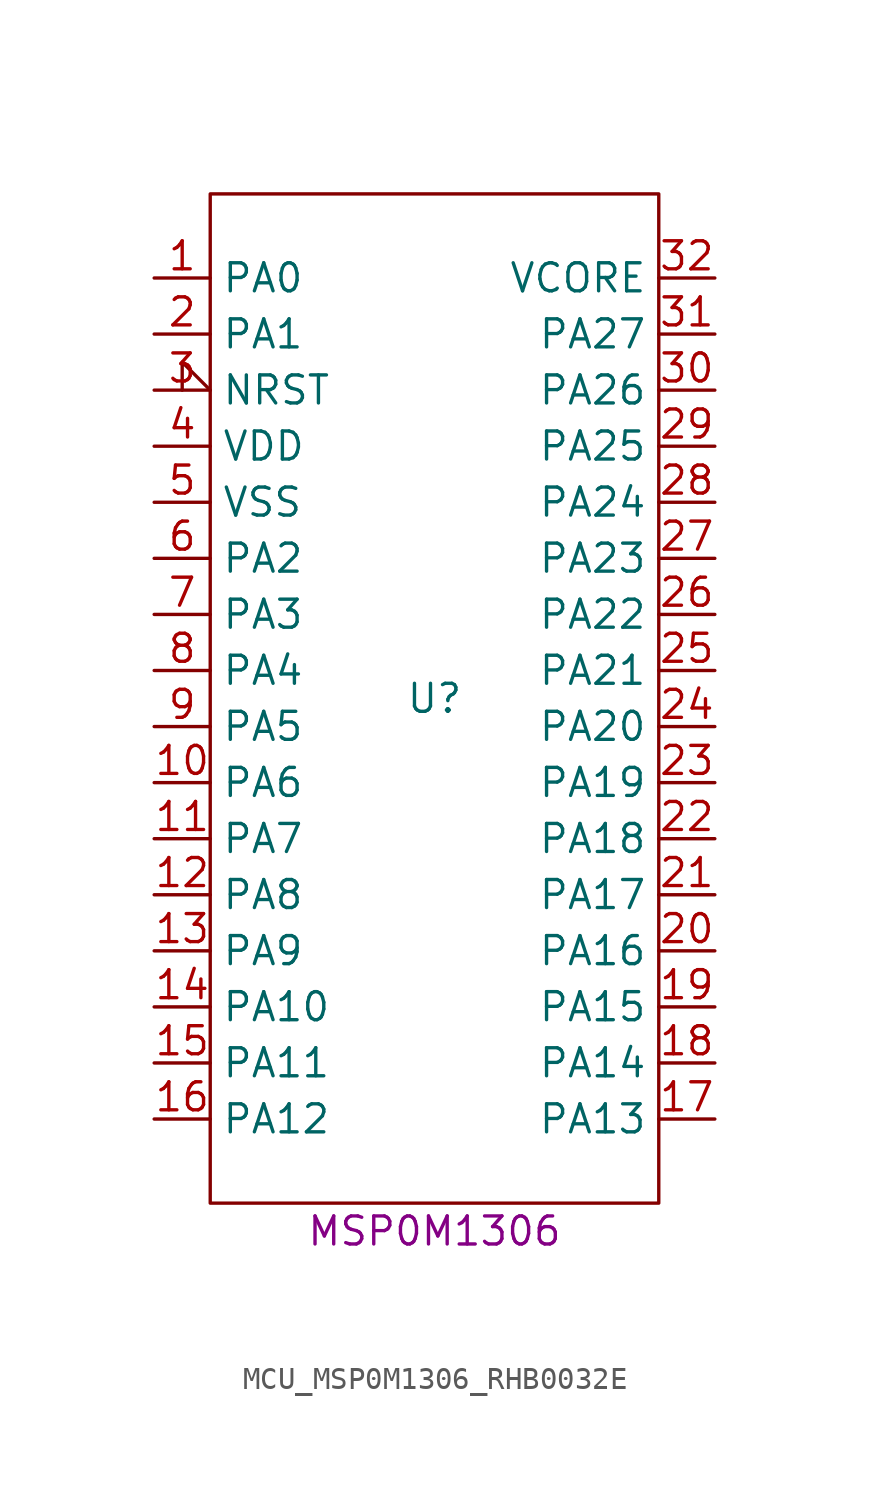
<source format=kicad_sym>
(kicad_symbol_lib
  (version 20231120)
  (generator "kicad_symbol_editor")
  (generator_version "8.0")
  (symbol "MCU_MSP0M1306_RHB0032E"
    (property "Reference" "U"
      (at 0 0 0)
      (effects (font (size 1.27 1.27))))
    (property "Description" "MSP0M1306"
      (at 0 -24.13 0)
      (effects (font (size 1.27 1.27))))
    (property "ki_locked" ""
      (at 0 0 0)
      (effects (font (size 1.27 1.27))))
    (symbol "MCU_MSP0M1306_RHB0032E_1_1"
      (rectangle (start -10.16 22.86) (end 10.16 -22.86) (stroke (width 0) (type default)) (fill (type none)))
      (pin bidirectional line (at -12.7 19.05 0) (length 2.54) (name "PA0" (effects (font (size 1.27 1.27)))) (number "1" (effects (font (size 1.27 1.27)))) (alternate "BSLSDA" bidirectional line))
      (pin bidirectional line (at -12.7 -3.81 0) (length 2.54) (name "PA6" (effects (font (size 1.27 1.27)))) (number "10" (effects (font (size 1.27 1.27)))))
      (pin bidirectional line (at -12.7 -6.35 0) (length 2.54) (name "PA7" (effects (font (size 1.27 1.27)))) (number "11" (effects (font (size 1.27 1.27)))))
      (pin bidirectional line (at -12.7 -8.89 0) (length 2.54) (name "PA8" (effects (font (size 1.27 1.27)))) (number "12" (effects (font (size 1.27 1.27)))))
      (pin bidirectional line (at -12.7 -11.43 0) (length 2.54) (name "PA9" (effects (font (size 1.27 1.27)))) (number "13" (effects (font (size 1.27 1.27)))))
      (pin bidirectional line (at -12.7 -13.97 0) (length 2.54) (name "PA10" (effects (font (size 1.27 1.27)))) (number "14" (effects (font (size 1.27 1.27)))))
      (pin bidirectional line (at -12.7 -16.51 0) (length 2.54) (name "PA11" (effects (font (size 1.27 1.27)))) (number "15" (effects (font (size 1.27 1.27)))))
      (pin bidirectional line (at -12.7 -19.05 0) (length 2.54) (name "PA12" (effects (font (size 1.27 1.27)))) (number "16" (effects (font (size 1.27 1.27)))))
      (pin bidirectional line (at 12.7 -19.05 180) (length 2.54) (name "PA13" (effects (font (size 1.27 1.27)))) (number "17" (effects (font (size 1.27 1.27)))))
      (pin bidirectional line (at 12.7 -16.51 180) (length 2.54) (name "PA14" (effects (font (size 1.27 1.27)))) (number "18" (effects (font (size 1.27 1.27)))))
      (pin bidirectional line (at 12.7 -13.97 180) (length 2.54) (name "PA15" (effects (font (size 1.27 1.27)))) (number "19" (effects (font (size 1.27 1.27)))) (alternate "A9" passive line))
      (pin bidirectional line (at -12.7 16.51 0) (length 2.54) (name "PA1" (effects (font (size 1.27 1.27)))) (number "2" (effects (font (size 1.27 1.27)))) (alternate "BSLSCL" input clock))
      (pin bidirectional line (at 12.7 -11.43 180) (length 2.54) (name "PA16" (effects (font (size 1.27 1.27)))) (number "20" (effects (font (size 1.27 1.27)))) (alternate "A8" passive line))
      (pin bidirectional line (at 12.7 -8.89 180) (length 2.54) (name "PA17" (effects (font (size 1.27 1.27)))) (number "21" (effects (font (size 1.27 1.27)))))
      (pin bidirectional line (at 12.7 -6.35 180) (length 2.54) (name "PA18" (effects (font (size 1.27 1.27)))) (number "22" (effects (font (size 1.27 1.27)))) (alternate "A7" passive line) (alternate "BSL_invoke" input line))
      (pin bidirectional line (at 12.7 -3.81 180) (length 2.54) (name "PA19" (effects (font (size 1.27 1.27)))) (number "23" (effects (font (size 1.27 1.27)))) (alternate "SWDIO" bidirectional line))
      (pin bidirectional line (at 12.7 -1.27 180) (length 2.54) (name "PA20" (effects (font (size 1.27 1.27)))) (number "24" (effects (font (size 1.27 1.27)))) (alternate "A6" passive line) (alternate "SWCLK" input clock))
      (pin bidirectional line (at 12.7 1.27 180) (length 2.54) (name "PA21" (effects (font (size 1.27 1.27)))) (number "25" (effects (font (size 1.27 1.27)))) (alternate "A5" passive line) (alternate "VREF-" passive non_logic))
      (pin bidirectional line (at 12.7 3.81 180) (length 2.54) (name "PA22" (effects (font (size 1.27 1.27)))) (number "26" (effects (font (size 1.27 1.27)))) (alternate "A4" passive line))
      (pin bidirectional line (at 12.7 6.35 180) (length 2.54) (name "PA23" (effects (font (size 1.27 1.27)))) (number "27" (effects (font (size 1.27 1.27)))) (alternate "VREF+" passive non_logic))
      (pin bidirectional line (at 12.7 8.89 180) (length 2.54) (name "PA24" (effects (font (size 1.27 1.27)))) (number "28" (effects (font (size 1.27 1.27)))) (alternate "A3" passive line))
      (pin bidirectional line (at 12.7 11.43 180) (length 2.54) (name "PA25" (effects (font (size 1.27 1.27)))) (number "29" (effects (font (size 1.27 1.27)))) (alternate "A2" passive line))
      (pin power_in input_low (at -12.7 13.97 0) (length 2.54) (name "NRST" (effects (font (size 1.27 1.27)))) (number "3" (effects (font (size 1.27 1.27)))))
      (pin bidirectional line (at 12.7 13.97 180) (length 2.54) (name "PA26" (effects (font (size 1.27 1.27)))) (number "30" (effects (font (size 1.27 1.27)))) (alternate "A1" passive line) (alternate "BSLRX" input line))
      (pin bidirectional line (at 12.7 16.51 180) (length 2.54) (name "PA27" (effects (font (size 1.27 1.27)))) (number "31" (effects (font (size 1.27 1.27)))) (alternate "A0" passive line))
      (pin power_out line (at 12.7 19.05 180) (length 2.54) (name "VCORE" (effects (font (size 1.27 1.27)))) (number "32" (effects (font (size 1.27 1.27)))))
      (pin bidirectional line (at -12.7 11.43 0) (length 2.54) (name "VDD" (effects (font (size 1.27 1.27)))) (number "4" (effects (font (size 1.27 1.27)))))
      (pin power_in line (at -12.7 8.89 0) (length 2.54) (name "VSS" (effects (font (size 1.27 1.27)))) (number "5" (effects (font (size 1.27 1.27)))))
      (pin bidirectional line (at -12.7 6.35 0) (length 2.54) (name "PA2" (effects (font (size 1.27 1.27)))) (number "6" (effects (font (size 1.27 1.27)))) (alternate "ROSC" bidirectional line))
      (pin bidirectional line (at -12.7 3.81 0) (length 2.54) (name "PA3" (effects (font (size 1.27 1.27)))) (number "7" (effects (font (size 1.27 1.27)))))
      (pin bidirectional line (at -12.7 1.27 0) (length 2.54) (name "PA4" (effects (font (size 1.27 1.27)))) (number "8" (effects (font (size 1.27 1.27)))))
      (pin bidirectional line (at -12.7 -1.27 0) (length 2.54) (name "PA5" (effects (font (size 1.27 1.27)))) (number "9" (effects (font (size 1.27 1.27))))))))
</source>
